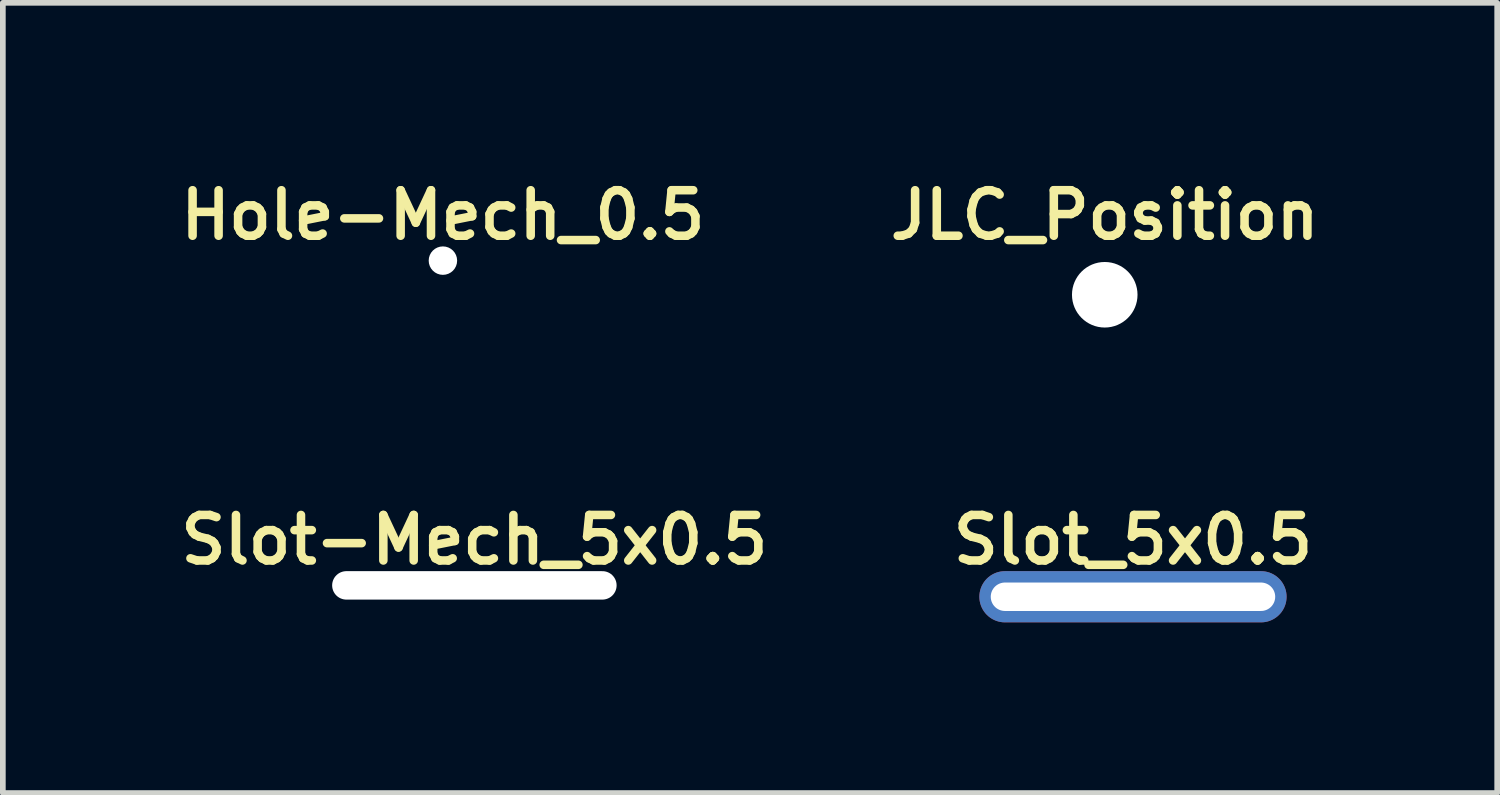
<source format=kicad_pcb>
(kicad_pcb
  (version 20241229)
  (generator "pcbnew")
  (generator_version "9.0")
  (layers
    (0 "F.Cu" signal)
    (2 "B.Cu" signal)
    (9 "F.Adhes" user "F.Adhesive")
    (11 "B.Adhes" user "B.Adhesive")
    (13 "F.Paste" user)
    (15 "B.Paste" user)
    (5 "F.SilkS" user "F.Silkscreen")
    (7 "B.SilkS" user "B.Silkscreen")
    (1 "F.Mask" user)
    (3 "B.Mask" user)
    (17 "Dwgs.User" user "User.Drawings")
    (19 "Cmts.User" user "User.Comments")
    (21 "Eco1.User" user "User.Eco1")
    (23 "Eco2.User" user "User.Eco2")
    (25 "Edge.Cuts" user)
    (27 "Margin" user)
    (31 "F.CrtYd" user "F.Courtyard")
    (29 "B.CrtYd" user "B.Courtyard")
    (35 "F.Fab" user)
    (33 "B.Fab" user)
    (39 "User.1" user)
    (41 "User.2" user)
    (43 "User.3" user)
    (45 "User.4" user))
  (footprint "Slot-Mech_5x0.5"
    (layer "F.Cu")
    (at 5.288 7.239)
    (property "Reference" "Slot-Mech_5x0.5" (at 0 -0.8 0) (layer "F.SilkS") (effects (font (size 0.8 0.8) (thickness 0.15))))
    (attr through_hole)
    (pad "" np_thru_hole oval (at 0 0) (size 5 0.5) (drill oval 5 0.5) (layers "*.Cu" "*.Mask")))
  (footprint "JLC_Position"
    (layer "F.Cu")
    (at 16.368 2.131)
    (property "Reference" "JLC_Position" (at 0 -1.4 0) (layer "F.SilkS") (effects (font (size 0.8 0.8) (thickness 0.15))))
    (attr through_hole)
    (pad "" np_thru_hole circle (at 0 0) (size 1.152 1.152) (drill 1.152) (layers "*.Cu" "*.Mask")))
  (footprint "Slot_5x0.5"
    (layer "F.Cu")
    (at 16.864 7.439)
    (property "Reference" "Slot_5x0.5" (at 0 -1 0) (layer "F.SilkS") (effects (font (size 0.8 0.8) (thickness 0.15))))
    (attr through_hole)
    (pad "1" thru_hole oval (at 0 0) (size 5.4 0.9) (drill oval 5 0.5) (layers "*.Cu" "*.Mask")))
  (footprint "Hole-Mech_0.5"
    (layer "F.Cu")
    (at 4.735 1.531)
    (property "Reference" "Hole-Mech_0.5" (at 0 -0.8 0) (layer "F.SilkS") (effects (font (size 0.8 0.8) (thickness 0.15))))
    (attr exclude_from_pos_files exclude_from_bom)
    (pad "" np_thru_hole circle (at 0 0) (size 0.5 0.5) (drill 0.5) (layers "*.Cu" "*.Mask")))
  (gr_rect
    (start -3 -3)
    (end 23.266 10.889)
    (stroke (width 0.1) (type default))
    (fill no)
    (layer "Edge.Cuts")))
</source>
